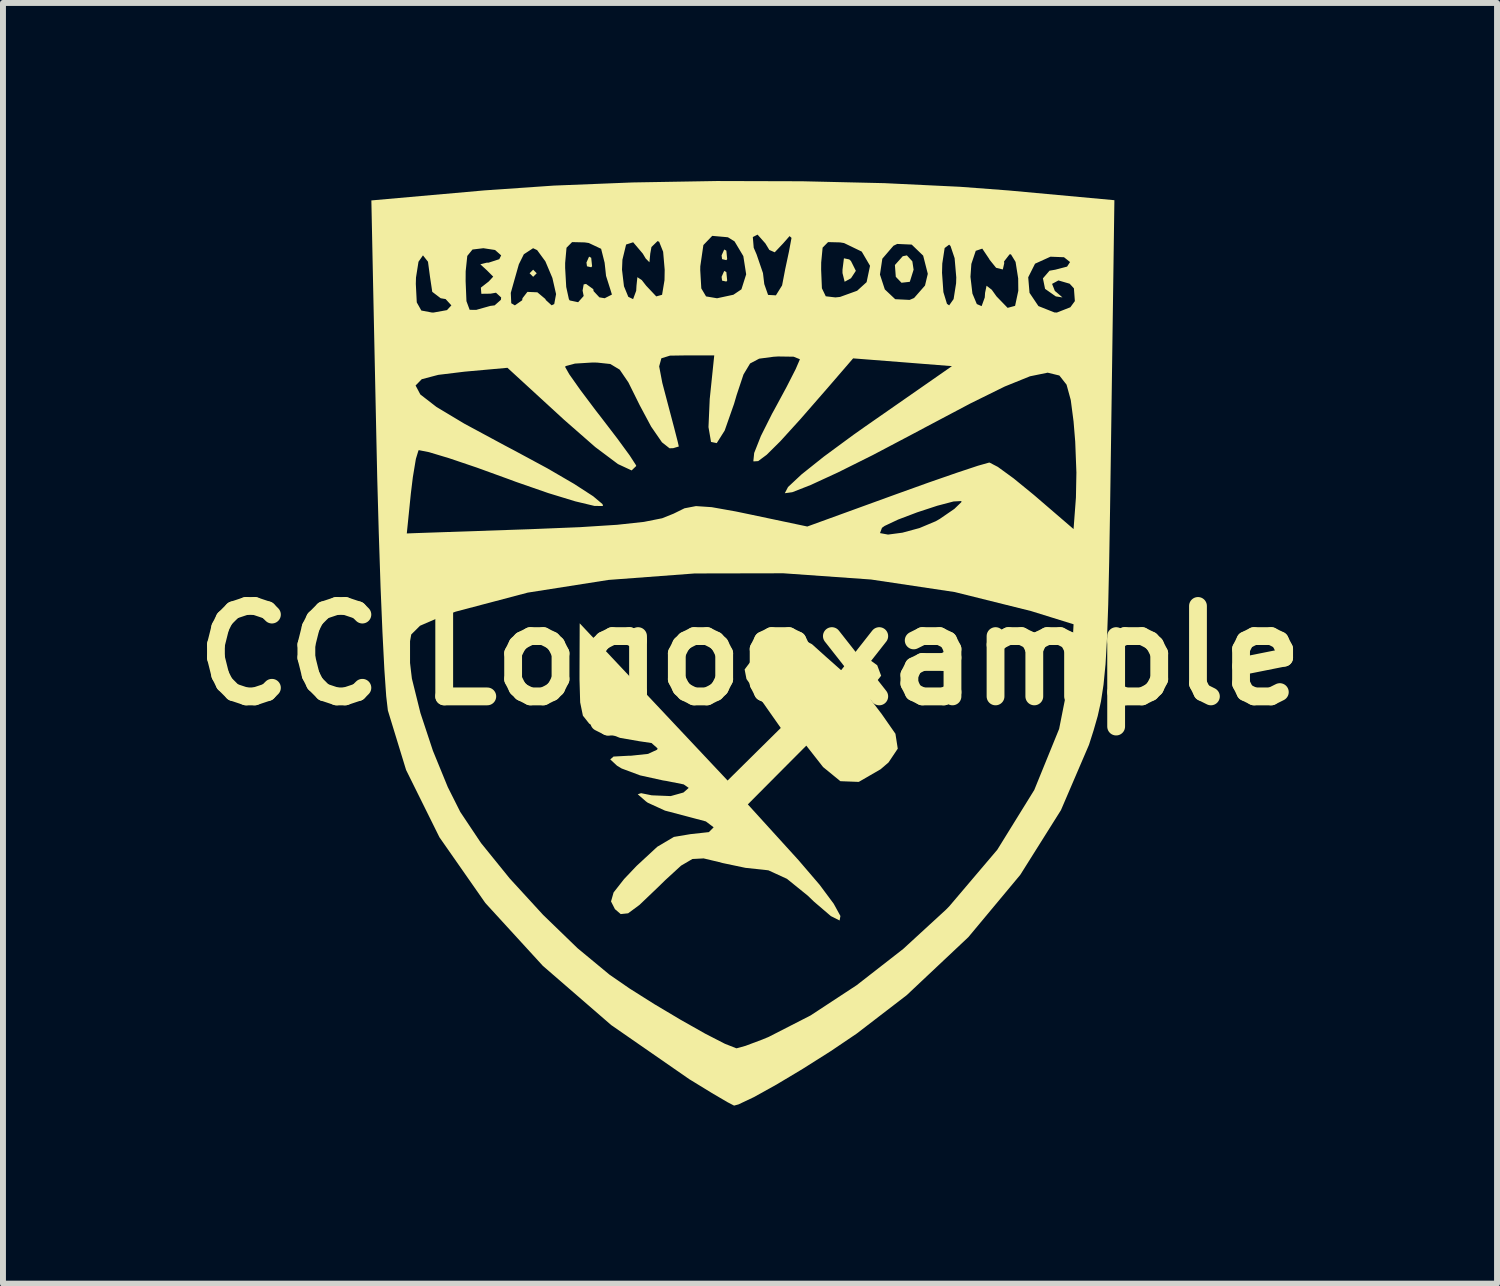
<source format=kicad_pcb>
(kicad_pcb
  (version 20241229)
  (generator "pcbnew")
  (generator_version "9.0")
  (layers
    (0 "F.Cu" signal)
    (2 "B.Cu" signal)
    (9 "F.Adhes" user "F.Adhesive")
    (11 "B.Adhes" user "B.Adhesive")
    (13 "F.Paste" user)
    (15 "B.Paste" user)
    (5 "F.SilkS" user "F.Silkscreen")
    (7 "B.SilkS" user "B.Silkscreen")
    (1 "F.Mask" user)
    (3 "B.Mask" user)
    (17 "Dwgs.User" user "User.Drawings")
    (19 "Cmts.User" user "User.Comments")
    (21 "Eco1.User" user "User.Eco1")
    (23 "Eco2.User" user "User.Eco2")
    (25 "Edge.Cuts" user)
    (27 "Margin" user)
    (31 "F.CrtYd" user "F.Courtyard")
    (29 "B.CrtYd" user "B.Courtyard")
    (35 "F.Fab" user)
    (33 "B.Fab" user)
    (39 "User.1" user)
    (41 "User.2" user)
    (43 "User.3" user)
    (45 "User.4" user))
  (footprint "CCILogoexample"
    (layer "F.Cu")
    (at 9.587 7.994)
    (property "Reference" "CCILogoexample" (at 0 0 0) (layer "F.SilkS") (effects (font (size 1.524 1.524) (thickness 0.3))))
    (attr board_only exclude_from_pos_files exclude_from_bom)
    (fp_poly (pts (xy -3.594 -6.44) (xy -3.654 -6.38) (xy -3.714 -6.44) (xy -3.654 -6.5)) (stroke (width 0) (type solid)) (fill yes) (layer "F.SilkS"))
    (fp_poly (pts (xy -2.676 -6.701) (xy -2.661 -6.558) (xy -2.676 -6.541) (xy -2.747 -6.557) (xy -2.756 -6.621) (xy -2.712 -6.72)) (stroke (width 0) (type solid)) (fill yes) (layer "F.SilkS"))
    (fp_poly (pts (xy -0.399 -6.821) (xy -0.385 -6.679) (xy -0.399 -6.661) (xy -0.471 -6.678) (xy -0.479 -6.741) (xy -0.435 -6.84)) (stroke (width 0) (type solid)) (fill yes) (layer "F.SilkS"))
    (fp_poly (pts (xy -0.399 -6.46) (xy -0.385 -6.317) (xy -0.399 -6.3) (xy -0.471 -6.316) (xy -0.479 -6.38) (xy -0.435 -6.479)) (stroke (width 0) (type solid)) (fill yes) (layer "F.SilkS"))
    (fp_poly (pts (xy 1.672 -6.673) (xy 1.701 -6.645) (xy 1.783 -6.481) (xy 1.701 -6.356) (xy 1.594 -6.297) (xy 1.558 -6.443) (xy 1.558 -6.5) (xy 1.582 -6.692)) (stroke (width 0) (type solid)) (fill yes) (layer "F.SilkS"))
    (fp_poly (pts (xy 2.735 -6.64) (xy 2.756 -6.5) (xy 2.692 -6.296) (xy 2.552 -6.28) (xy 2.456 -6.38) (xy 2.441 -6.579) (xy 2.573 -6.727) (xy 2.643 -6.741)) (stroke (width 0) (type solid)) (fill yes) (layer "F.SilkS"))
    (fp_poly (pts (xy -1.624 0.782) (xy -0.378 2.107) (xy 0.07 1.664) (xy 0.518 1.221) (xy 0.289 0.895) (xy 0.091 0.612) (xy -0.06 0.396) (xy -0.091 0.235) (xy 0.057 0.039) (xy 0.18 -0.068) (xy 0.506 -0.29) (xy 0.769 -0.333) (xy 1.044 -0.19) (xy 1.282 0.024) (xy 1.528 0.242) (xy 1.649 0.289) (xy 1.677 0.204) (xy 1.757 0.033) (xy 1.942 0.019) (xy 2.143 0.165) (xy 2.209 0.341) (xy 2.099 0.479) (xy 2.001 0.602) (xy 2.039 0.751) (xy 2.218 0.986) (xy 2.45 1.319) (xy 2.489 1.57) (xy 2.333 1.803) (xy 2.2 1.917) (xy 1.832 2.13) (xy 1.522 2.118) (xy 1.231 1.88) (xy 1.202 1.843) (xy 0.948 1.519) (xy 0.455 2.014) (xy -0.037 2.509) (xy 0.819 3.451) (xy 1.173 3.864) (xy 1.41 4.183) (xy 1.523 4.389) (xy 1.509 4.465) (xy 1.362 4.391) (xy 1.078 4.148) (xy 0.972 4.046) (xy 0.622 3.763) (xy 0.31 3.62) (xy 0.235 3.611) (xy -0.077 3.578) (xy -0.462 3.497) (xy -0.525 3.48) (xy -0.782 3.419) (xy -0.971 3.429) (xy -1.162 3.541) (xy -1.427 3.784) (xy -1.554 3.908) (xy -1.862 4.202) (xy -2.054 4.344) (xy -2.179 4.357) (xy -2.276 4.274) (xy -2.342 4.144) (xy -2.299 3.993) (xy -2.122 3.767) (xy -1.911 3.545) (xy -1.563 3.223) (xy -1.283 3.057) (xy -1.003 3.01) (xy -0.993 3.009) (xy -0.693 2.976) (xy -0.613 2.895) (xy -0.744 2.796) (xy -1.067 2.71) (xy -1.432 2.614) (xy -1.723 2.481) (xy -1.756 2.457) (xy -1.892 2.338) (xy -1.835 2.32) (xy -1.656 2.356) (xy -1.337 2.369) (xy -1.122 2.309) (xy -1.033 2.231) (xy -1.118 2.172) (xy -1.409 2.114) (xy -1.467 2.105) (xy -1.852 2.02) (xy -2.163 1.904) (xy -2.241 1.857) (xy -2.355 1.751) (xy -2.3 1.703) (xy -2.042 1.689) (xy -2.007 1.689) (xy -1.718 1.658) (xy -1.565 1.587) (xy -1.558 1.565) (xy -1.66 1.475) (xy -1.863 1.445) (xy -2.191 1.388) (xy -2.522 1.261) (xy -2.71 1.148) (xy -2.816 1.014) (xy -2.862 0.79) (xy -2.873 0.41) (xy -2.873 0.268) (xy -2.87 -0.542)) (stroke (width 0) (type solid)) (fill yes) (layer "F.SilkS"))
    (fp_poly (pts (xy 0.877 -7.99) (xy 2.266 -7.958) (xy 3.537 -7.897) (xy 4.357 -7.835) (xy 6.139 -7.671) (xy 6.082 -3.565) (xy 6.066 -2.459) (xy 6.051 -1.565) (xy 6.035 -0.853) (xy 6.015 -0.292) (xy 5.99 0.146) (xy 5.956 0.491) (xy 5.913 0.773) (xy 5.858 1.02) (xy 5.788 1.264) (xy 5.711 1.505) (xy 5.239 2.605) (xy 4.553 3.696) (xy 3.678 4.746) (xy 2.639 5.724) (xy 1.797 6.371) (xy 1.362 6.665) (xy 0.894 6.961) (xy 0.445 7.23) (xy 0.065 7.441) (xy -0.195 7.564) (xy -0.269 7.584) (xy -0.382 7.525) (xy -0.643 7.372) (xy -0.997 7.155) (xy -1.022 7.14) (xy -2.339 6.227) (xy -3.49 5.23) (xy -4.46 4.17) (xy -5.233 3.063) (xy -5.795 1.929) (xy -6.102 0.926) (xy -6.13 0.685) (xy -6.161 0.237) (xy -6.176 -0.057) (xy -5.751 -0.057) (xy -5.697 0.39) (xy -5.553 0.97) (xy -5.343 1.605) (xy -5.092 2.218) (xy -4.882 2.636) (xy -4.533 3.159) (xy -4.048 3.758) (xy -3.486 4.371) (xy -2.905 4.933) (xy -2.366 5.379) (xy -2.031 5.61) (xy -1.613 5.874) (xy -1.169 6.138) (xy -0.755 6.372) (xy -0.424 6.542) (xy -0.234 6.617) (xy -0.224 6.618) (xy -0.076 6.577) (xy 0.204 6.472) (xy 0.315 6.426) (xy 1.02 6.065) (xy 1.797 5.555) (xy 2.58 4.945) (xy 3.302 4.282) (xy 3.355 4.228) (xy 4.166 3.273) (xy 4.789 2.266) (xy 5.208 1.237) (xy 5.41 0.217) (xy 5.42 0.068) (xy 5.451 -0.526) (xy 4.733 -0.749) (xy 3.448 -1.069) (xy 2.039 -1.28) (xy 0.561 -1.385) (xy -0.932 -1.382) (xy -2.385 -1.273) (xy -3.746 -1.059) (xy -4.958 -0.739) (xy -5.242 -0.639) (xy -5.56 -0.501) (xy -5.708 -0.354) (xy -5.75 -0.128) (xy -5.751 -0.057) (xy -6.176 -0.057) (xy -6.193 -0.387) (xy -6.225 -1.154) (xy -6.254 -2.031) (xy -6.255 -2.056) (xy -5.783 -2.056) (xy -5.628 -2.062) (xy 2.19 -2.062) (xy 2.325 -2.037) (xy 2.567 -2.069) (xy 2.855 -2.147) (xy 3.129 -2.262) (xy 3.197 -2.301) (xy 3.443 -2.47) (xy 3.561 -2.584) (xy 3.561 -2.602) (xy 3.429 -2.595) (xy 3.155 -2.523) (xy 2.817 -2.412) (xy 2.495 -2.29) (xy 2.268 -2.183) (xy 2.223 -2.151) (xy 2.19 -2.062) (xy -5.628 -2.062) (xy -3.7 -2.128) (xy -2.866 -2.162) (xy -2.239 -2.202) (xy -1.788 -2.251) (xy -1.481 -2.312) (xy -1.289 -2.389) (xy -1.104 -2.48) (xy -0.911 -2.517) (xy -0.646 -2.499) (xy -0.242 -2.427) (xy 0.003 -2.376) (xy 0.965 -2.173) (xy 2.445 -2.711) (xy 3.004 -2.912) (xy 3.485 -3.079) (xy 3.84 -3.197) (xy 4.024 -3.249) (xy 4.036 -3.25) (xy 4.176 -3.177) (xy 4.441 -2.984) (xy 4.774 -2.712) (xy 4.8 -2.69) (xy 5.451 -2.13) (xy 5.491 -2.66) (xy 5.499 -3.082) (xy 5.479 -3.603) (xy 5.451 -3.943) (xy 5.404 -4.304) (xy 5.333 -4.563) (xy 5.212 -4.717) (xy 5.015 -4.765) (xy 4.717 -4.704) (xy 4.292 -4.532) (xy 3.716 -4.248) (xy 2.962 -3.849) (xy 2.746 -3.734) (xy 2.067 -3.376) (xy 1.483 -3.085) (xy 1.021 -2.872) (xy 0.712 -2.751) (xy 0.586 -2.734) (xy 0.64 -2.838) (xy 0.868 -3.051) (xy 1.244 -3.351) (xy 1.74 -3.716) (xy 1.941 -3.858) (xy 3.402 -4.875) (xy 2.569 -4.941) (xy 1.737 -5.006) (xy 1.318 -4.52) (xy 0.849 -3.982) (xy 0.51 -3.609) (xy 0.28 -3.381) (xy 0.137 -3.275) (xy 0.061 -3.27) (xy 0.056 -3.275) (xy 0.07 -3.412) (xy 0.183 -3.698) (xy 0.372 -4.075) (xy 0.406 -4.136) (xy 0.615 -4.523) (xy 0.769 -4.825) (xy 0.838 -4.985) (xy 0.839 -4.992) (xy 0.734 -5.034) (xy 0.473 -5.038) (xy 0.395 -5.033) (xy 0.154 -5.001) (xy 0.001 -4.92) (xy -0.11 -4.735) (xy -0.225 -4.39) (xy -0.269 -4.24) (xy -0.427 -3.79) (xy -0.561 -3.578) (xy -0.657 -3.598) (xy -0.7 -3.848) (xy -0.679 -4.324) (xy -0.676 -4.35) (xy -0.603 -5.056) (xy -1.08 -5.056) (xy -1.349 -5.052) (xy -1.494 -5.007) (xy -1.531 -4.871) (xy -1.478 -4.593) (xy -1.378 -4.213) (xy -1.282 -3.85) (xy -1.217 -3.597) (xy -1.2 -3.521) (xy -1.294 -3.493) (xy -1.356 -3.491) (xy -1.484 -3.592) (xy -1.666 -3.856) (xy -1.857 -4.213) (xy -2.049 -4.6) (xy -2.196 -4.816) (xy -2.354 -4.911) (xy -2.576 -4.935) (xy -2.658 -4.936) (xy -2.95 -4.918) (xy -3.107 -4.876) (xy -3.115 -4.861) (xy -3.046 -4.739) (xy -2.862 -4.478) (xy -2.6 -4.129) (xy -2.516 -4.021) (xy -2.238 -3.658) (xy -2.028 -3.371) (xy -1.923 -3.209) (xy -1.917 -3.193) (xy -1.995 -3.118) (xy -2.225 -3.225) (xy -2.607 -3.511) (xy -3.136 -3.974) (xy -3.152 -3.989) (xy -4.087 -4.847) (xy -4.809 -4.782) (xy -5.253 -4.728) (xy -5.531 -4.655) (xy -5.635 -4.549) (xy -5.555 -4.398) (xy -5.284 -4.188) (xy -4.814 -3.906) (xy -4.135 -3.54) (xy -3.959 -3.447) (xy -3.414 -3.153) (xy -2.964 -2.891) (xy -2.643 -2.683) (xy -2.485 -2.55) (xy -2.478 -2.518) (xy -2.622 -2.52) (xy -2.944 -2.597) (xy -3.399 -2.736) (xy -3.943 -2.925) (xy -4.053 -2.966) (xy -4.604 -3.166) (xy -5.071 -3.324) (xy -5.41 -3.426) (xy -5.577 -3.459) (xy -5.586 -3.456) (xy -5.63 -3.312) (xy -5.681 -3.005) (xy -5.715 -2.726) (xy -5.783 -2.056) (xy -6.255 -2.056) (xy -6.281 -2.985) (xy -6.295 -3.623) (xy -6.351 -6.26) (xy -5.631 -6.26) (xy -5.615 -5.949) (xy -5.538 -5.812) (xy -5.358 -5.778) (xy -5.332 -5.778) (xy -5.106 -5.819) (xy -5.032 -5.899) (xy -5.129 -6.005) (xy -5.212 -6.019) (xy -5.354 -6.127) (xy -5.381 -6.307) (xy -4.792 -6.307) (xy -4.778 -5.97) (xy -4.724 -5.824) (xy -4.61 -5.823) (xy -4.603 -5.826) (xy -4.375 -5.89) (xy -4.303 -5.899) (xy -4.198 -5.992) (xy -4.193 -6.032) (xy -4.277 -6.109) (xy -4.031 -6.109) (xy -4.023 -5.935) (xy -3.962 -5.899) (xy -3.839 -5.985) (xy -3.834 -6.019) (xy -3.751 -6.126) (xy -3.583 -6.119) (xy -3.448 -6.006) (xy -3.441 -5.989) (xy -3.343 -5.9) (xy -3.299 -5.921) (xy -3.268 -6.089) (xy -3.33 -6.361) (xy -3.401 -6.529) (xy -3.115 -6.529) (xy -3.097 -6.209) (xy -3.052 -6.004) (xy -3.038 -5.982) (xy -2.896 -5.952) (xy -2.803 -6.057) (xy -2.821 -6.148) (xy -2.803 -6.252) (xy -2.763 -6.26) (xy -2.641 -6.172) (xy -2.636 -6.139) (xy -2.538 -6.034) (xy -2.449 -6.019) (xy -2.327 -6.081) (xy -2.353 -6.166) (xy -2.426 -6.396) (xy -2.437 -6.5) (xy -2.157 -6.5) (xy -2.124 -6.221) (xy -2.051 -6.043) (xy -1.97 -6.004) (xy -1.918 -6.145) (xy -1.913 -6.23) (xy -1.898 -6.374) (xy -1.823 -6.324) (xy -1.75 -6.23) (xy -1.58 -6.05) (xy -1.482 -6.077) (xy -1.441 -6.323) (xy -1.438 -6.493) (xy -0.839 -6.493) (xy -0.821 -6.185) (xy -0.741 -6.05) (xy -0.558 -6.019) (xy -0.554 -6.019) (xy -0.28 -6.078) (xy -0.145 -6.169) (xy -0.065 -6.422) (xy -0.113 -6.729) (xy -0.261 -6.977) (xy -0.372 -7.046) (xy -0.41 -7.05) (xy 0.047 -7.05) (xy 0.062 -6.87) (xy 0.11 -6.759) (xy 0.218 -6.443) (xy 0.24 -6.258) (xy 0.304 -6.075) (xy 0.436 -6.068) (xy 0.54 -6.235) (xy 0.546 -6.266) (xy 0.591 -6.5) (xy 1.198 -6.5) (xy 1.211 -6.187) (xy 1.276 -6.052) (xy 1.438 -6.033) (xy 1.516 -6.041) (xy 1.804 -6.145) (xy 1.964 -6.29) (xy 1.991 -6.418) (xy 2.189 -6.418) (xy 2.271 -6.168) (xy 2.446 -6.003) (xy 2.689 -5.991) (xy 2.764 -6.023) (xy 2.948 -6.233) (xy 2.995 -6.43) (xy 2.991 -6.447) (xy 3.235 -6.447) (xy 3.258 -6.122) (xy 3.318 -5.925) (xy 3.355 -5.899) (xy 3.43 -6.005) (xy 3.472 -6.271) (xy 3.475 -6.373) (xy 3.474 -6.38) (xy 3.714 -6.38) (xy 3.747 -6.098) (xy 3.821 -5.921) (xy 3.902 -5.886) (xy 3.955 -6.032) (xy 3.96 -6.109) (xy 3.985 -6.23) (xy 4.073 -6.162) (xy 4.153 -6.05) (xy 4.34 -5.857) (xy 4.466 -5.891) (xy 4.52 -6.145) (xy 4.518 -6.354) (xy 4.515 -6.372) (xy 4.687 -6.372) (xy 4.709 -6.11) (xy 4.859 -5.887) (xy 5.128 -5.78) (xy 5.17 -5.778) (xy 5.397 -5.867) (xy 5.473 -5.971) (xy 5.457 -6.186) (xy 5.385 -6.264) (xy 5.196 -6.319) (xy 5.089 -6.261) (xy 5.136 -6.142) (xy 5.169 -6.115) (xy 5.264 -6.033) (xy 5.152 -6.05) (xy 4.971 -6.177) (xy 4.935 -6.354) (xy 5.046 -6.483) (xy 5.143 -6.5) (xy 5.342 -6.552) (xy 5.392 -6.629) (xy 5.29 -6.71) (xy 5.062 -6.719) (xy 4.802 -6.601) (xy 4.687 -6.372) (xy 4.515 -6.372) (xy 4.474 -6.631) (xy 4.396 -6.759) (xy 4.373 -6.759) (xy 4.28 -6.639) (xy 4.283 -6.609) (xy 4.259 -6.504) (xy 4.146 -6.532) (xy 4.036 -6.668) (xy 4.03 -6.681) (xy 3.913 -6.855) (xy 3.803 -6.818) (xy 3.729 -6.597) (xy 3.714 -6.38) (xy 3.474 -6.38) (xy 3.447 -6.694) (xy 3.378 -6.899) (xy 3.355 -6.922) (xy 3.279 -6.865) (xy 3.239 -6.603) (xy 3.235 -6.447) (xy 2.991 -6.447) (xy 2.917 -6.737) (xy 2.724 -6.923) (xy 2.48 -6.934) (xy 2.416 -6.903) (xy 2.229 -6.685) (xy 2.189 -6.418) (xy 1.991 -6.418) (xy 2.022 -6.566) (xy 1.882 -6.805) (xy 1.584 -6.949) (xy 1.516 -6.96) (xy 1.315 -6.965) (xy 1.223 -6.872) (xy 1.199 -6.621) (xy 1.198 -6.5) (xy 0.591 -6.5) (xy 0.592 -6.506) (xy 0.655 -6.801) (xy 0.699 -7.036) (xy 0.666 -7.066) (xy 0.558 -6.943) (xy 0.416 -6.793) (xy 0.325 -6.833) (xy 0.259 -6.942) (xy 0.127 -7.091) (xy 0.047 -7.05) (xy -0.41 -7.05) (xy -0.637 -7.07) (xy -0.786 -6.915) (xy -0.838 -6.558) (xy -0.839 -6.493) (xy -1.438 -6.493) (xy -1.438 -6.5) (xy -1.464 -6.802) (xy -1.531 -6.97) (xy -1.558 -6.982) (xy -1.661 -6.882) (xy -1.681 -6.771) (xy -1.695 -6.625) (xy -1.758 -6.689) (xy -1.807 -6.771) (xy -1.969 -6.962) (xy -2.088 -6.924) (xy -2.15 -6.668) (xy -2.157 -6.5) (xy -2.437 -6.5) (xy -2.45 -6.618) (xy -2.509 -6.852) (xy -2.717 -6.95) (xy -2.786 -6.96) (xy -2.998 -6.965) (xy -3.092 -6.87) (xy -3.115 -6.613) (xy -3.115 -6.529) (xy -3.401 -6.529) (xy -3.448 -6.64) (xy -3.587 -6.83) (xy -3.655 -6.862) (xy -3.811 -6.76) (xy -3.895 -6.591) (xy -3.984 -6.277) (xy -4.031 -6.109) (xy -4.277 -6.109) (xy -4.281 -6.112) (xy -4.373 -6.096) (xy -4.527 -6.094) (xy -4.535 -6.198) (xy -4.403 -6.301) (xy -4.327 -6.383) (xy -4.433 -6.489) (xy -4.544 -6.591) (xy -4.437 -6.618) (xy -4.403 -6.619) (xy -4.225 -6.677) (xy -4.193 -6.741) (xy -4.296 -6.832) (xy -4.493 -6.862) (xy -4.676 -6.84) (xy -4.764 -6.732) (xy -4.791 -6.474) (xy -4.792 -6.307) (xy -5.381 -6.307) (xy -5.392 -6.38) (xy -5.426 -6.634) (xy -5.51 -6.741) (xy -5.511 -6.741) (xy -5.586 -6.634) (xy -5.628 -6.368) (xy -5.631 -6.26) (xy -6.351 -6.26) (xy -6.38 -7.667) (xy -4.478 -7.836) (xy -3.307 -7.917) (xy -1.978 -7.97) (xy -0.561 -7.994)) (stroke (width 0) (type solid)) (fill yes) (layer "F.SilkS")))
  (gr_rect
    (start -3 -3)
    (end 22.173 18.578)
    (stroke (width 0.1) (type default))
    (fill no)
    (layer "Edge.Cuts")))
</source>
